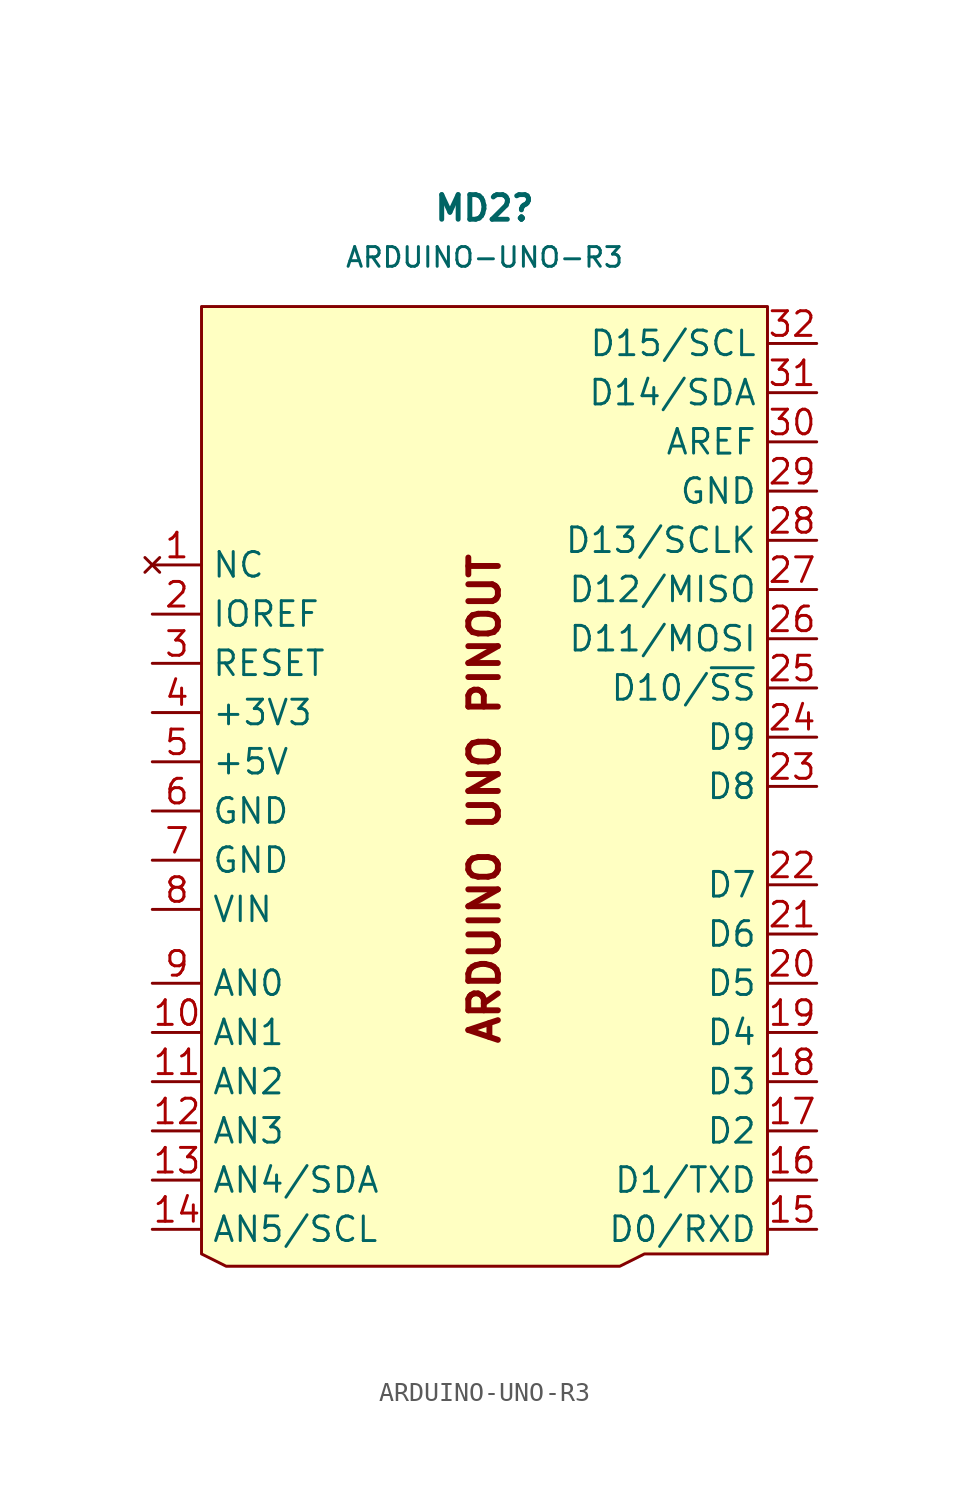
<source format=kicad_sym>
(kicad_symbol_lib
  (version 20231120)
  (generator "kicad_symbol_editor")
  (generator_version "8.0")
  (symbol "ARDUINO-UNO-R3"
    (property "Reference" "MD2"
      (at 0 5.08 0)
      (effects (font (size 1.27 1.27) (bold yes))))
    (property "Value" "ARDUINO-UNO-R3"
      (at 0 2.54 0)
      (effects (font (size 1.016 1.016))))
    (symbol "ARDUINO-UNO-R3_1_1"
      (polyline (pts (xy -14.605 -48.895) (xy -13.335 -49.53) (xy 6.985 -49.53) (xy 8.255 -48.895) (xy 14.605 -48.895) (xy 14.605 -0.635) (xy 14.605 0) (xy 9.525 0) (xy -14.605 0) (xy -14.605 -48.895)) (stroke (width 0) (type default)) (fill (type background)))
      (text "ARDUINO UNO PINOUT" (at 0 -25.4 900) (effects (font (size 1.524 1.524) (bold yes))))
      (pin no_connect line (at -17.145 -13.335 0) (length 2.54) (name "NC" (effects (font (size 1.27 1.27)))) (number "1" (effects (font (size 1.27 1.27)))))
      (pin bidirectional line (at -17.145 -37.465 0) (length 2.54) (name "AN1" (effects (font (size 1.27 1.27)))) (number "10" (effects (font (size 1.27 1.27)))))
      (pin bidirectional line (at -17.145 -40.005 0) (length 2.54) (name "AN2" (effects (font (size 1.27 1.27)))) (number "11" (effects (font (size 1.27 1.27)))))
      (pin bidirectional line (at -17.145 -42.545 0) (length 2.54) (name "AN3" (effects (font (size 1.27 1.27)))) (number "12" (effects (font (size 1.27 1.27)))))
      (pin bidirectional line (at -17.145 -45.085 0) (length 2.54) (name "AN4/SDA" (effects (font (size 1.27 1.27)))) (number "13" (effects (font (size 1.27 1.27)))))
      (pin bidirectional line (at -17.145 -47.625 0) (length 2.54) (name "AN5/SCL" (effects (font (size 1.27 1.27)))) (number "14" (effects (font (size 1.27 1.27)))))
      (pin input line (at 17.145 -47.625 180) (length 2.54) (name "D0/RXD" (effects (font (size 1.27 1.27)))) (number "15" (effects (font (size 1.27 1.27)))))
      (pin output line (at 17.145 -45.085 180) (length 2.54) (name "D1/TXD" (effects (font (size 1.27 1.27)))) (number "16" (effects (font (size 1.27 1.27)))))
      (pin bidirectional line (at 17.145 -42.545 180) (length 2.54) (name "D2" (effects (font (size 1.27 1.27)))) (number "17" (effects (font (size 1.27 1.27)))))
      (pin bidirectional line (at 17.145 -40.005 180) (length 2.54) (name "D3" (effects (font (size 1.27 1.27)))) (number "18" (effects (font (size 1.27 1.27)))))
      (pin bidirectional line (at 17.145 -37.465 180) (length 2.54) (name "D4" (effects (font (size 1.27 1.27)))) (number "19" (effects (font (size 1.27 1.27)))))
      (pin input line (at -17.145 -15.875 0) (length 2.54) (name "IOREF" (effects (font (size 1.27 1.27)))) (number "2" (effects (font (size 1.27 1.27)))))
      (pin bidirectional line (at 17.145 -34.925 180) (length 2.54) (name "D5" (effects (font (size 1.27 1.27)))) (number "20" (effects (font (size 1.27 1.27)))))
      (pin bidirectional line (at 17.145 -32.385 180) (length 2.54) (name "D6" (effects (font (size 1.27 1.27)))) (number "21" (effects (font (size 1.27 1.27)))))
      (pin bidirectional line (at 17.145 -29.845 180) (length 2.54) (name "D7" (effects (font (size 1.27 1.27)))) (number "22" (effects (font (size 1.27 1.27)))))
      (pin bidirectional line (at 17.145 -24.765 180) (length 2.54) (name "D8" (effects (font (size 1.27 1.27)))) (number "23" (effects (font (size 1.27 1.27)))))
      (pin bidirectional line (at 17.145 -22.225 180) (length 2.54) (name "D9" (effects (font (size 1.27 1.27)))) (number "24" (effects (font (size 1.27 1.27)))))
      (pin output line (at 17.145 -19.685 180) (length 2.54) (name "D10/~{SS}" (effects (font (size 1.27 1.27)))) (number "25" (effects (font (size 1.27 1.27)))))
      (pin output line (at 17.145 -17.145 180) (length 2.54) (name "D11/MOSI" (effects (font (size 1.27 1.27)))) (number "26" (effects (font (size 1.27 1.27)))))
      (pin input line (at 17.145 -14.605 180) (length 2.54) (name "D12/MISO" (effects (font (size 1.27 1.27)))) (number "27" (effects (font (size 1.27 1.27)))))
      (pin output line (at 17.145 -12.065 180) (length 2.54) (name "D13/SCLK" (effects (font (size 1.27 1.27)))) (number "28" (effects (font (size 1.27 1.27)))))
      (pin passive line (at 17.145 -9.525 180) (length 2.54) (name "GND" (effects (font (size 1.27 1.27)))) (number "29" (effects (font (size 1.27 1.27)))))
      (pin input line (at -17.145 -18.415 0) (length 2.54) (name "RESET" (effects (font (size 1.27 1.27)))) (number "3" (effects (font (size 1.27 1.27)))))
      (pin power_in line (at 17.145 -6.985 180) (length 2.54) (name "AREF" (effects (font (size 1.27 1.27)))) (number "30" (effects (font (size 1.27 1.27)))))
      (pin bidirectional line (at 17.145 -4.445 180) (length 2.54) (name "D14/SDA" (effects (font (size 1.27 1.27)))) (number "31" (effects (font (size 1.27 1.27)))))
      (pin output line (at 17.145 -1.905 180) (length 2.54) (name "D15/SCL" (effects (font (size 1.27 1.27)))) (number "32" (effects (font (size 1.27 1.27)))))
      (pin power_out line (at -17.145 -20.955 0) (length 2.54) (name "+3V3" (effects (font (size 1.27 1.27)))) (number "4" (effects (font (size 1.27 1.27)))))
      (pin power_out line (at -17.145 -23.495 0) (length 2.54) (name "+5V" (effects (font (size 1.27 1.27)))) (number "5" (effects (font (size 1.27 1.27)))))
      (pin passive line (at -17.145 -26.035 0) (length 2.54) (name "GND" (effects (font (size 1.27 1.27)))) (number "6" (effects (font (size 1.27 1.27)))))
      (pin passive line (at -17.145 -28.575 0) (length 2.54) (name "GND" (effects (font (size 1.27 1.27)))) (number "7" (effects (font (size 1.27 1.27)))))
      (pin power_in line (at -17.145 -31.115 0) (length 2.54) (name "VIN" (effects (font (size 1.27 1.27)))) (number "8" (effects (font (size 1.27 1.27)))))
      (pin bidirectional line (at -17.145 -34.925 0) (length 2.54) (name "AN0" (effects (font (size 1.27 1.27)))) (number "9" (effects (font (size 1.27 1.27))))))))
</source>
